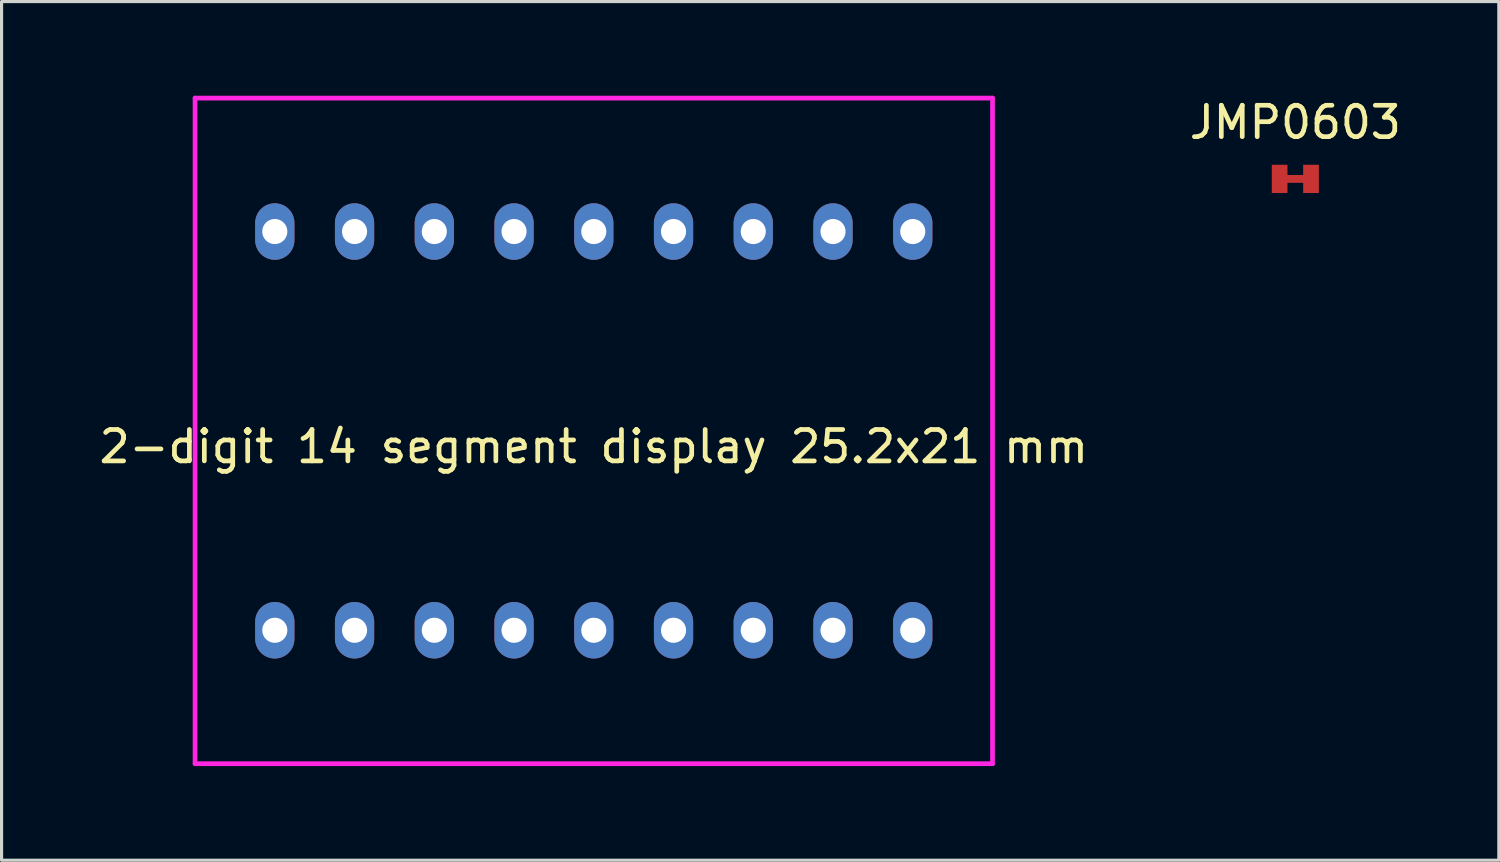
<source format=kicad_pcb>
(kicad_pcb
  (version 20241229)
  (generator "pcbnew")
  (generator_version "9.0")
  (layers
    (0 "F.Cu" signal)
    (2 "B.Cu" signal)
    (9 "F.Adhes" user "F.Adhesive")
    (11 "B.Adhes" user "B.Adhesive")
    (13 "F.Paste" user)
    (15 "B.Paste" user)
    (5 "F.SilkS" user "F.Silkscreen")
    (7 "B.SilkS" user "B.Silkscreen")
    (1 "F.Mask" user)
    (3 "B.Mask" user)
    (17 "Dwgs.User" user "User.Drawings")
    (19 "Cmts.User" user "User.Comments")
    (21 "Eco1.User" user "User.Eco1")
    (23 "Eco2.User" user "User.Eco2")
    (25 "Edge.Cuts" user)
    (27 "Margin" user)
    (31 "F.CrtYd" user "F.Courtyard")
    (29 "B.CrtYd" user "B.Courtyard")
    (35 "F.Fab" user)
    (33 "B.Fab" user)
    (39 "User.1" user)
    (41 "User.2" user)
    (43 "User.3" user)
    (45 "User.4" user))
  (footprint "JMP0603"
    (layer "F.Cu")
    (at 38.208 2.648)
    (property "Reference" "JMP0603" (at 0 -1.8 0) (layer "F.SilkS") (effects (font (size 1 1) (thickness 0.15))))
    (attr exclude_from_pos_files exclude_from_bom)
    (pad "1" smd custom (at -0.5 0) (size 0.5 0.9) (layers "F.Cu" "F.Mask") (options (anchor rect)) (primitives (gr_poly (pts (xy 0.2 -0.125) (xy 0.8 -0.125) (xy 0.8 0.125) (xy 0.2 0.125)) (width 0) (fill yes))))
    (pad "2" smd custom (at 0.5 0) (size 0.5 0.9) (layers "F.Cu" "F.Mask") (options (anchor rect)) (primitives)))
  (footprint "2-digit 14 segment display 25.2x21 mm"
    (layer "F.Cu")
    (at 15.863 10.675)
    (property "Reference" "2-digit 14 segment display 25.2x21 mm" (at 0 0.5 0) (layer "F.SilkS") (effects (font (size 1 1) (thickness 0.15))))
    (attr through_hole)
    (fp_line (start -12.7 -10.6) (end -12.7 10.6) (stroke (width 0.15) (type solid)) (layer "F.CrtYd"))
    (fp_line (start -12.7 10.6) (end 12.7 10.6) (stroke (width 0.15) (type solid)) (layer "F.CrtYd"))
    (fp_line (start 12.7 -10.6) (end -12.7 -10.6) (stroke (width 0.15) (type solid)) (layer "F.CrtYd"))
    (fp_line (start 12.7 10.6) (end 12.7 -10.6) (stroke (width 0.15) (type solid)) (layer "F.CrtYd"))
    (pad "1" thru_hole oval (at -10.16 6.35) (size 1.25 1.8) (drill 0.8) (layers "*.Cu" "*.Mask"))
    (pad "2" thru_hole oval (at -7.62 6.35) (size 1.25 1.8) (drill 0.8) (layers "*.Cu" "*.Mask"))
    (pad "3" thru_hole oval (at -5.08 6.35) (size 1.25 1.8) (drill 0.8) (layers "*.Cu" "*.Mask"))
    (pad "4" thru_hole oval (at -2.54 6.35) (size 1.25 1.8) (drill 0.8) (layers "*.Cu" "*.Mask"))
    (pad "5" thru_hole oval (at 0 6.35) (size 1.25 1.8) (drill 0.8) (layers "*.Cu" "*.Mask"))
    (pad "6" thru_hole oval (at 2.54 6.35) (size 1.25 1.8) (drill 0.8) (layers "*.Cu" "*.Mask"))
    (pad "7" thru_hole oval (at 5.08 6.35) (size 1.25 1.8) (drill 0.8) (layers "*.Cu" "*.Mask"))
    (pad "8" thru_hole oval (at 7.62 6.35) (size 1.25 1.8) (drill 0.8) (layers "*.Cu" "*.Mask"))
    (pad "9" thru_hole oval (at 10.16 6.35) (size 1.25 1.8) (drill 0.8) (layers "*.Cu" "*.Mask"))
    (pad "10" thru_hole oval (at 10.16 -6.35) (size 1.25 1.8) (drill 0.8) (layers "*.Cu" "*.Mask"))
    (pad "11" thru_hole oval (at 7.62 -6.35) (size 1.25 1.8) (drill 0.8) (layers "*.Cu" "*.Mask"))
    (pad "12" thru_hole oval (at 5.08 -6.35) (size 1.25 1.8) (drill 0.8) (layers "*.Cu" "*.Mask"))
    (pad "13" thru_hole oval (at 2.54 -6.35) (size 1.25 1.8) (drill 0.8) (layers "*.Cu" "*.Mask"))
    (pad "14" thru_hole oval (at 0 -6.35) (size 1.25 1.8) (drill 0.8) (layers "*.Cu" "*.Mask"))
    (pad "15" thru_hole oval (at -2.54 -6.35) (size 1.25 1.8) (drill 0.8) (layers "*.Cu" "*.Mask"))
    (pad "16" thru_hole oval (at -5.08 -6.35) (size 1.25 1.8) (drill 0.8) (layers "*.Cu" "*.Mask"))
    (pad "17" thru_hole oval (at -7.62 -6.35) (size 1.25 1.8) (drill 0.8) (layers "*.Cu" "*.Mask"))
    (pad "18" thru_hole oval (at -10.16 -6.35) (size 1.25 1.8) (drill 0.8) (layers "*.Cu" "*.Mask")))
  (gr_rect
    (start -3 -3)
    (end 44.69 24.35)
    (stroke (width 0.1) (type default))
    (fill no)
    (layer "Edge.Cuts")))
</source>
